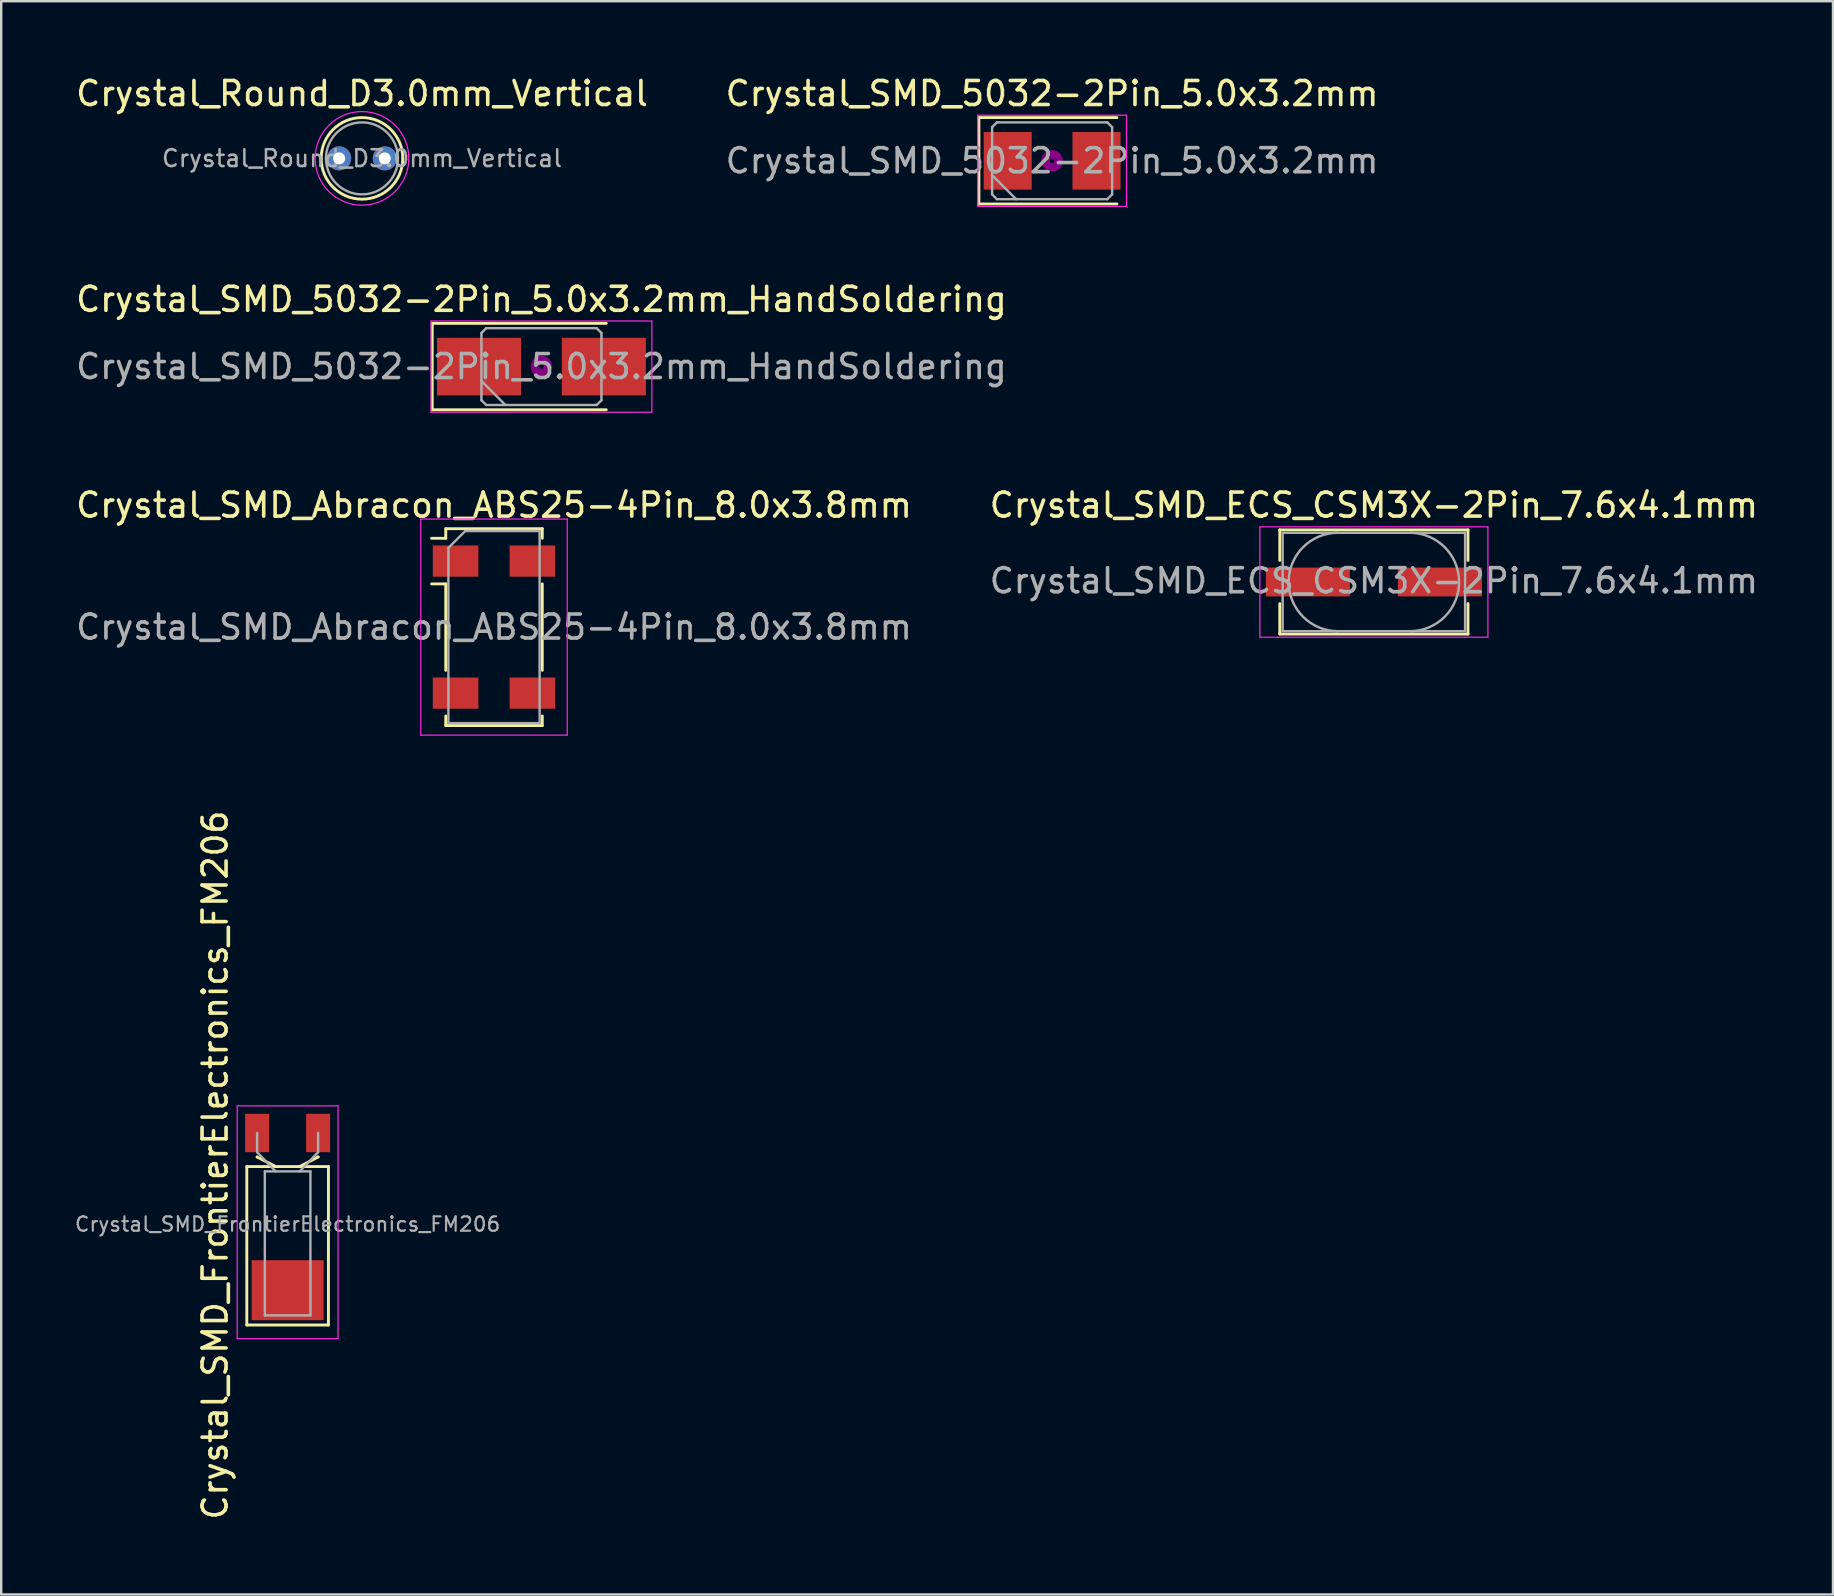
<source format=kicad_pcb>
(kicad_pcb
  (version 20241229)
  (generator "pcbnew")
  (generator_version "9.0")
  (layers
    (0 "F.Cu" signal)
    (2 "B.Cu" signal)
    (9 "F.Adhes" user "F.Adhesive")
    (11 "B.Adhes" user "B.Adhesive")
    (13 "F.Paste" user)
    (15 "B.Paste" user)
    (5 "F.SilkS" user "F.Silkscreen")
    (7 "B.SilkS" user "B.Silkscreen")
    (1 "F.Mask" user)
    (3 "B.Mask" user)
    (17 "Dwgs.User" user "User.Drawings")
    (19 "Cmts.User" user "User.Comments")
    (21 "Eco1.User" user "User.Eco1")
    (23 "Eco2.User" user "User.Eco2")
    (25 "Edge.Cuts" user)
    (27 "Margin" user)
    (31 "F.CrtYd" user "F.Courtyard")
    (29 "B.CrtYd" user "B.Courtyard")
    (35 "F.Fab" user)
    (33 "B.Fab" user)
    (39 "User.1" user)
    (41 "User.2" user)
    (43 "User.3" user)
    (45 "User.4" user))
  (footprint "Crystal_SMD_ECS_CSM3X-2Pin_7.6x4.1mm"
    (layer "F.Cu")
    (at 54.185 21.195)
    (property "Reference" "Crystal_SMD_ECS_CSM3X-2Pin_7.6x4.1mm" (at 0 -3.2 0) (layer "F.SilkS") (effects (font (size 1 1) (thickness 0.15))))
    (attr smd)
    (fp_line (start -3.92 -2.17) (end -3.92 -0.9) (stroke (width 0.12) (type solid)) (layer "F.SilkS"))
    (fp_line (start -3.92 -2.17) (end 3.92 -2.17) (stroke (width 0.12) (type solid)) (layer "F.SilkS"))
    (fp_line (start -3.92 2.17) (end -3.92 0.9) (stroke (width 0.12) (type solid)) (layer "F.SilkS"))
    (fp_line (start -3.92 2.17) (end 3.92 2.17) (stroke (width 0.12) (type solid)) (layer "F.SilkS"))
    (fp_line (start 3.92 -2.17) (end 3.92 -0.9) (stroke (width 0.12) (type solid)) (layer "F.SilkS"))
    (fp_line (start 3.92 2.17) (end 3.92 0.9) (stroke (width 0.12) (type solid)) (layer "F.SilkS"))
    (fp_line (start -4.75 -2.3) (end -4.75 2.3) (stroke (width 0.05) (type solid)) (layer "F.CrtYd"))
    (fp_line (start -4.75 -2.3) (end 4.75 -2.3) (stroke (width 0.05) (type solid)) (layer "F.CrtYd"))
    (fp_line (start -4.75 2.3) (end 4.75 2.3) (stroke (width 0.05) (type solid)) (layer "F.CrtYd"))
    (fp_line (start 4.75 -2.3) (end 4.75 2.3) (stroke (width 0.05) (type solid)) (layer "F.CrtYd"))
    (fp_line (start -3.8 -2.05) (end 3.8 -2.05) (stroke (width 0.1) (type solid)) (layer "F.Fab"))
    (fp_line (start -3.8 2.05) (end -3.8 -2.05) (stroke (width 0.1) (type solid)) (layer "F.Fab"))
    (fp_line (start 3.8 -2.05) (end 3.8 2.05) (stroke (width 0.1) (type solid)) (layer "F.Fab"))
    (fp_line (start 3.8 2.05) (end -3.8 2.05) (stroke (width 0.1) (type solid)) (layer "F.Fab"))
    (fp_arc (start -1.5 2.05) (mid -3.55 0) (end -1.5 -2.05) (stroke (width 0.1) (type solid)) (layer "F.Fab"))
    (fp_arc (start 1.5 -2.05) (mid 3.55 0) (end 1.5 2.05) (stroke (width 0.1) (type solid)) (layer "F.Fab"))
    (fp_text user "${REFERENCE}" (at 0 -0.05 0) (layer "F.Fab") (effects (font (size 1 1) (thickness 0.15))))
    (pad "1" smd rect (at -2.75 0) (size 3.5 1.2) (layers "F.Cu" "F.Mask" "F.Paste"))
    (pad "2" smd rect (at 2.75 0) (size 3.5 1.2) (layers "F.Cu" "F.Mask" "F.Paste")))
  (footprint "Crystal_Round_D3.0mm_Vertical"
    (layer "F.Cu")
    (at 11.08 3.548)
    (property "Reference" "Crystal_Round_D3.0mm_Vertical" (at 0.95 -2.7 0) (layer "F.SilkS") (effects (font (size 1 1) (thickness 0.15))))
    (attr through_hole)
    (fp_arc (start -0.75 0) (mid 0.95 -1.7) (end 2.65 0) (stroke (width 0.12) (type solid)) (layer "F.SilkS"))
    (fp_arc (start 2.65 0) (mid 0.95 1.7) (end -0.75 0) (stroke (width 0.12) (type solid)) (layer "F.SilkS"))
    (fp_circle (center 0.95 0) (end 2.9 0) (stroke (width 0.05) (type solid)) (fill no) (layer "F.CrtYd"))
    (fp_circle (center 0.95 0) (end 2.45 0) (stroke (width 0.1) (type solid)) (fill no) (layer "F.Fab"))
    (fp_text user "${REFERENCE}" (at 0.95 0 0) (layer "F.Fab") (effects (font (size 0.7 0.7) (thickness 0.105))))
    (pad "1" thru_hole circle (at 0 0) (size 1 1) (drill 0.5) (layers "*.Cu" "*.Mask"))
    (pad "2" thru_hole circle (at 1.9 0) (size 1 1) (drill 0.5) (layers "*.Cu" "*.Mask")))
  (footprint "Crystal_SMD_Abracon_ABS25-4Pin_8.0x3.8mm"
    (layer "F.Cu")
    (at 17.53 23.075)
    (property "Reference" "Crystal_SMD_Abracon_ABS25-4Pin_8.0x3.8mm" (at 0 -5.08 0) (layer "F.SilkS") (effects (font (size 1 1) (thickness 0.15))))
    (attr smd)
    (fp_line (start -2.6 -3.7) (end -2.01 -3.7) (stroke (width 0.12) (type solid)) (layer "F.SilkS"))
    (fp_line (start -2.01 -4.1) (end -2.01 -3.7) (stroke (width 0.12) (type solid)) (layer "F.SilkS"))
    (fp_line (start -2.01 -1.8) (end -2.6 -1.8) (stroke (width 0.12) (type solid)) (layer "F.SilkS"))
    (fp_line (start -2.01 -1.8) (end -2.01 1.8) (stroke (width 0.12) (type solid)) (layer "F.SilkS"))
    (fp_line (start -2.01 4.1) (end -2.01 3.7) (stroke (width 0.12) (type solid)) (layer "F.SilkS"))
    (fp_line (start 2.01 -4.1) (end -2.01 -4.1) (stroke (width 0.12) (type solid)) (layer "F.SilkS"))
    (fp_line (start 2.01 -4.1) (end 2.01 -3.7) (stroke (width 0.12) (type solid)) (layer "F.SilkS"))
    (fp_line (start 2.01 -1.8) (end 2.01 1.8) (stroke (width 0.12) (type solid)) (layer "F.SilkS"))
    (fp_line (start 2.01 4.1) (end -2.01 4.1) (stroke (width 0.12) (type solid)) (layer "F.SilkS"))
    (fp_line (start 2.01 4.1) (end 2.01 3.7) (stroke (width 0.12) (type solid)) (layer "F.SilkS"))
    (fp_line (start -3.05 -4.5) (end -3.05 4.5) (stroke (width 0.05) (type solid)) (layer "F.CrtYd"))
    (fp_line (start -3.05 4.5) (end 3.05 4.5) (stroke (width 0.05) (type solid)) (layer "F.CrtYd"))
    (fp_line (start 3.05 -4.5) (end -3.05 -4.5) (stroke (width 0.05) (type solid)) (layer "F.CrtYd"))
    (fp_line (start 3.05 4.5) (end 3.05 -4.5) (stroke (width 0.05) (type solid)) (layer "F.CrtYd"))
    (fp_line (start -1.9 -3.3) (end -1.2 -4) (stroke (width 0.1) (type solid)) (layer "F.Fab"))
    (fp_line (start -1.9 4) (end -1.9 -3.3) (stroke (width 0.1) (type solid)) (layer "F.Fab"))
    (fp_line (start -1.2 -4) (end 1.9 -4) (stroke (width 0.1) (type solid)) (layer "F.Fab"))
    (fp_line (start 1.9 -4) (end 1.9 4) (stroke (width 0.1) (type solid)) (layer "F.Fab"))
    (fp_line (start 1.9 4) (end -1.9 4) (stroke (width 0.1) (type solid)) (layer "F.Fab"))
    (fp_text user "${REFERENCE}" (at 0 0 0) (layer "F.Fab") (effects (font (size 1 1) (thickness 0.15))))
    (pad "1" smd rect (at -1.6 -2.75 270) (size 1.3 1.9) (layers "F.Cu" "F.Mask" "F.Paste"))
    (pad "2" smd rect (at -1.6 2.75 270) (size 1.3 1.9) (layers "F.Cu" "F.Mask" "F.Paste"))
    (pad "3" smd rect (at 1.6 2.75 270) (size 1.3 1.9) (layers "F.Cu" "F.Mask" "F.Paste"))
    (pad "4" smd rect (at 1.6 -2.75 270) (size 1.3 1.9) (layers "F.Cu" "F.Mask" "F.Paste")))
  (footprint "Crystal_SMD_5032-2Pin_5.0x3.2mm_HandSoldering"
    (layer "F.Cu")
    (at 19.506 12.222)
    (property "Reference" "Crystal_SMD_5032-2Pin_5.0x3.2mm_HandSoldering" (at 0 -2.8 0) (layer "F.SilkS") (effects (font (size 1 1) (thickness 0.15))))
    (attr smd)
    (fp_line (start -4.55 -1.8) (end -4.55 1.8) (stroke (width 0.12) (type solid)) (layer "F.SilkS"))
    (fp_line (start -4.55 1.8) (end 2.7 1.8) (stroke (width 0.12) (type solid)) (layer "F.SilkS"))
    (fp_line (start 2.7 -1.8) (end -4.55 -1.8) (stroke (width 0.12) (type solid)) (layer "F.SilkS"))
    (fp_circle (center 0 0) (end 0.093 0) (stroke (width 0.187) (type solid)) (fill no) (layer "F.Adhes"))
    (fp_circle (center 0 0) (end 0.213 0) (stroke (width 0.133) (type solid)) (fill no) (layer "F.Adhes"))
    (fp_circle (center 0 0) (end 0.333 0) (stroke (width 0.133) (type solid)) (fill no) (layer "F.Adhes"))
    (fp_circle (center 0 0) (end 0.4 0) (stroke (width 0.1) (type solid)) (fill no) (layer "F.Adhes"))
    (fp_line (start -4.6 -1.9) (end -4.6 1.9) (stroke (width 0.05) (type solid)) (layer "F.CrtYd"))
    (fp_line (start -4.6 1.9) (end 4.6 1.9) (stroke (width 0.05) (type solid)) (layer "F.CrtYd"))
    (fp_line (start 4.6 -1.9) (end -4.6 -1.9) (stroke (width 0.05) (type solid)) (layer "F.CrtYd"))
    (fp_line (start 4.6 1.9) (end 4.6 -1.9) (stroke (width 0.05) (type solid)) (layer "F.CrtYd"))
    (fp_line (start -2.5 -1.4) (end -2.3 -1.6) (stroke (width 0.1) (type solid)) (layer "F.Fab"))
    (fp_line (start -2.5 0.6) (end -1.5 1.6) (stroke (width 0.1) (type solid)) (layer "F.Fab"))
    (fp_line (start -2.5 1.4) (end -2.5 -1.4) (stroke (width 0.1) (type solid)) (layer "F.Fab"))
    (fp_line (start -2.3 -1.6) (end 2.3 -1.6) (stroke (width 0.1) (type solid)) (layer "F.Fab"))
    (fp_line (start -2.3 1.6) (end -2.5 1.4) (stroke (width 0.1) (type solid)) (layer "F.Fab"))
    (fp_line (start 2.3 -1.6) (end 2.5 -1.4) (stroke (width 0.1) (type solid)) (layer "F.Fab"))
    (fp_line (start 2.3 1.6) (end -2.3 1.6) (stroke (width 0.1) (type solid)) (layer "F.Fab"))
    (fp_line (start 2.5 -1.4) (end 2.5 1.4) (stroke (width 0.1) (type solid)) (layer "F.Fab"))
    (fp_line (start 2.5 1.4) (end 2.3 1.6) (stroke (width 0.1) (type solid)) (layer "F.Fab"))
    (fp_text user "${REFERENCE}" (at 0 0 0) (layer "F.Fab") (effects (font (size 1 1) (thickness 0.15))))
    (pad "1" smd rect (at -2.6 0) (size 3.5 2.4) (layers "F.Cu" "F.Mask" "F.Paste"))
    (pad "2" smd rect (at 2.6 0) (size 3.5 2.4) (layers "F.Cu" "F.Mask" "F.Paste")))
  (footprint "Crystal_SMD_5032-2Pin_5.0x3.2mm"
    (layer "F.Cu")
    (at 40.78 3.648)
    (property "Reference" "Crystal_SMD_5032-2Pin_5.0x3.2mm" (at 0 -2.8 0) (layer "F.SilkS") (effects (font (size 1 1) (thickness 0.15))))
    (attr smd)
    (fp_line (start -3.05 -1.8) (end -3.05 1.8) (stroke (width 0.12) (type solid)) (layer "F.SilkS"))
    (fp_line (start -3.05 1.8) (end 2.7 1.8) (stroke (width 0.12) (type solid)) (layer "F.SilkS"))
    (fp_line (start 2.7 -1.8) (end -3.05 -1.8) (stroke (width 0.12) (type solid)) (layer "F.SilkS"))
    (fp_circle (center 0 0) (end 0.093 0) (stroke (width 0.187) (type solid)) (fill no) (layer "F.Adhes"))
    (fp_circle (center 0 0) (end 0.213 0) (stroke (width 0.133) (type solid)) (fill no) (layer "F.Adhes"))
    (fp_circle (center 0 0) (end 0.333 0) (stroke (width 0.133) (type solid)) (fill no) (layer "F.Adhes"))
    (fp_circle (center 0 0) (end 0.4 0) (stroke (width 0.1) (type solid)) (fill no) (layer "F.Adhes"))
    (fp_line (start -3.1 -1.9) (end -3.1 1.9) (stroke (width 0.05) (type solid)) (layer "F.CrtYd"))
    (fp_line (start -3.1 1.9) (end 3.1 1.9) (stroke (width 0.05) (type solid)) (layer "F.CrtYd"))
    (fp_line (start 3.1 -1.9) (end -3.1 -1.9) (stroke (width 0.05) (type solid)) (layer "F.CrtYd"))
    (fp_line (start 3.1 1.9) (end 3.1 -1.9) (stroke (width 0.05) (type solid)) (layer "F.CrtYd"))
    (fp_line (start -2.5 -1.4) (end -2.3 -1.6) (stroke (width 0.1) (type solid)) (layer "F.Fab"))
    (fp_line (start -2.5 0.6) (end -1.5 1.6) (stroke (width 0.1) (type solid)) (layer "F.Fab"))
    (fp_line (start -2.5 1.4) (end -2.5 -1.4) (stroke (width 0.1) (type solid)) (layer "F.Fab"))
    (fp_line (start -2.3 -1.6) (end 2.3 -1.6) (stroke (width 0.1) (type solid)) (layer "F.Fab"))
    (fp_line (start -2.3 1.6) (end -2.5 1.4) (stroke (width 0.1) (type solid)) (layer "F.Fab"))
    (fp_line (start 2.3 -1.6) (end 2.5 -1.4) (stroke (width 0.1) (type solid)) (layer "F.Fab"))
    (fp_line (start 2.3 1.6) (end -2.3 1.6) (stroke (width 0.1) (type solid)) (layer "F.Fab"))
    (fp_line (start 2.5 -1.4) (end 2.5 1.4) (stroke (width 0.1) (type solid)) (layer "F.Fab"))
    (fp_line (start 2.5 1.4) (end 2.3 1.6) (stroke (width 0.1) (type solid)) (layer "F.Fab"))
    (fp_text user "${REFERENCE}" (at 0 0 0) (layer "F.Fab") (effects (font (size 1 1) (thickness 0.15))))
    (pad "1" smd rect (at -1.85 0) (size 2 2.4) (layers "F.Cu" "F.Mask" "F.Paste"))
    (pad "2" smd rect (at 1.85 0) (size 2 2.4) (layers "F.Cu" "F.Mask" "F.Paste")))
  (footprint "Crystal_SMD_FrontierElectronics_FM206"
    (layer "F.Cu")
    (at 8.932 47.649)
    (property "Reference" "Crystal_SMD_FrontierElectronics_FM206" (at -3.02 -2.163 90) (layer "F.SilkS") (effects (font (size 1 1) (thickness 0.15))))
    (attr smd)
    (fp_line (start -1.7 -2.1) (end -1.7 4.5) (stroke (width 0.12) (type solid)) (layer "F.SilkS"))
    (fp_line (start -1.7 4.5) (end 1.7 4.5) (stroke (width 0.12) (type solid)) (layer "F.SilkS"))
    (fp_line (start -1.27 -2.5) (end -1.27 -2.5) (stroke (width 0.12) (type solid)) (layer "F.SilkS"))
    (fp_line (start -0.5 -2.1) (end -1.27 -2.5) (stroke (width 0.12) (type solid)) (layer "F.SilkS"))
    (fp_line (start 0.5 -2.1) (end 1.27 -2.5) (stroke (width 0.12) (type solid)) (layer "F.SilkS"))
    (fp_line (start 1.27 -2.5) (end 1.27 -2.5) (stroke (width 0.12) (type solid)) (layer "F.SilkS"))
    (fp_line (start 1.7 -2.1) (end -1.7 -2.1) (stroke (width 0.12) (type solid)) (layer "F.SilkS"))
    (fp_line (start 1.7 4.5) (end 1.7 -2.1) (stroke (width 0.12) (type solid)) (layer "F.SilkS"))
    (fp_line (start -2.1 -4.63) (end -2.1 5.07) (stroke (width 0.05) (type solid)) (layer "F.CrtYd"))
    (fp_line (start -2.1 5.07) (end 2.1 5.07) (stroke (width 0.05) (type solid)) (layer "F.CrtYd"))
    (fp_line (start 2.1 -4.63) (end -2.1 -4.63) (stroke (width 0.05) (type solid)) (layer "F.CrtYd"))
    (fp_line (start 2.1 5.07) (end 2.1 -4.63) (stroke (width 0.05) (type solid)) (layer "F.CrtYd"))
    (fp_line (start -1.27 -2.7) (end -1.27 -3.5) (stroke (width 0.1) (type solid)) (layer "F.Fab"))
    (fp_line (start -0.95 -1.9) (end -0.95 4.1) (stroke (width 0.1) (type solid)) (layer "F.Fab"))
    (fp_line (start -0.95 4.1) (end 0.95 4.1) (stroke (width 0.1) (type solid)) (layer "F.Fab"))
    (fp_line (start -0.5 -1.9) (end -1.27 -2.7) (stroke (width 0.1) (type solid)) (layer "F.Fab"))
    (fp_line (start 0.5 -1.9) (end 1.27 -2.7) (stroke (width 0.1) (type solid)) (layer "F.Fab"))
    (fp_line (start 0.95 -1.9) (end -0.95 -1.9) (stroke (width 0.1) (type solid)) (layer "F.Fab"))
    (fp_line (start 0.95 4.1) (end 0.95 -1.9) (stroke (width 0.1) (type solid)) (layer "F.Fab"))
    (fp_line (start 1.27 -2.7) (end 1.27 -3.5) (stroke (width 0.1) (type solid)) (layer "F.Fab"))
    (fp_text user "${REFERENCE}" (at 0 0.3 0) (layer "F.Fab") (effects (font (size 0.6 0.6) (thickness 0.09))))
    (pad "1" smd rect (at -1.27 -3.5) (size 1 1.6) (layers "F.Cu" "F.Mask" "F.Paste"))
    (pad "2" smd rect (at 1.27 -3.5) (size 1 1.6) (layers "F.Cu" "F.Mask" "F.Paste"))
    (pad "3" smd rect (at 0 3.05) (size 3 2.5) (layers "F.Cu" "F.Mask" "F.Paste")))
  (gr_rect
    (start -3 -3)
    (end 73.31 63.374)
    (stroke (width 0.1) (type default))
    (fill no)
    (layer "Edge.Cuts")))
</source>
